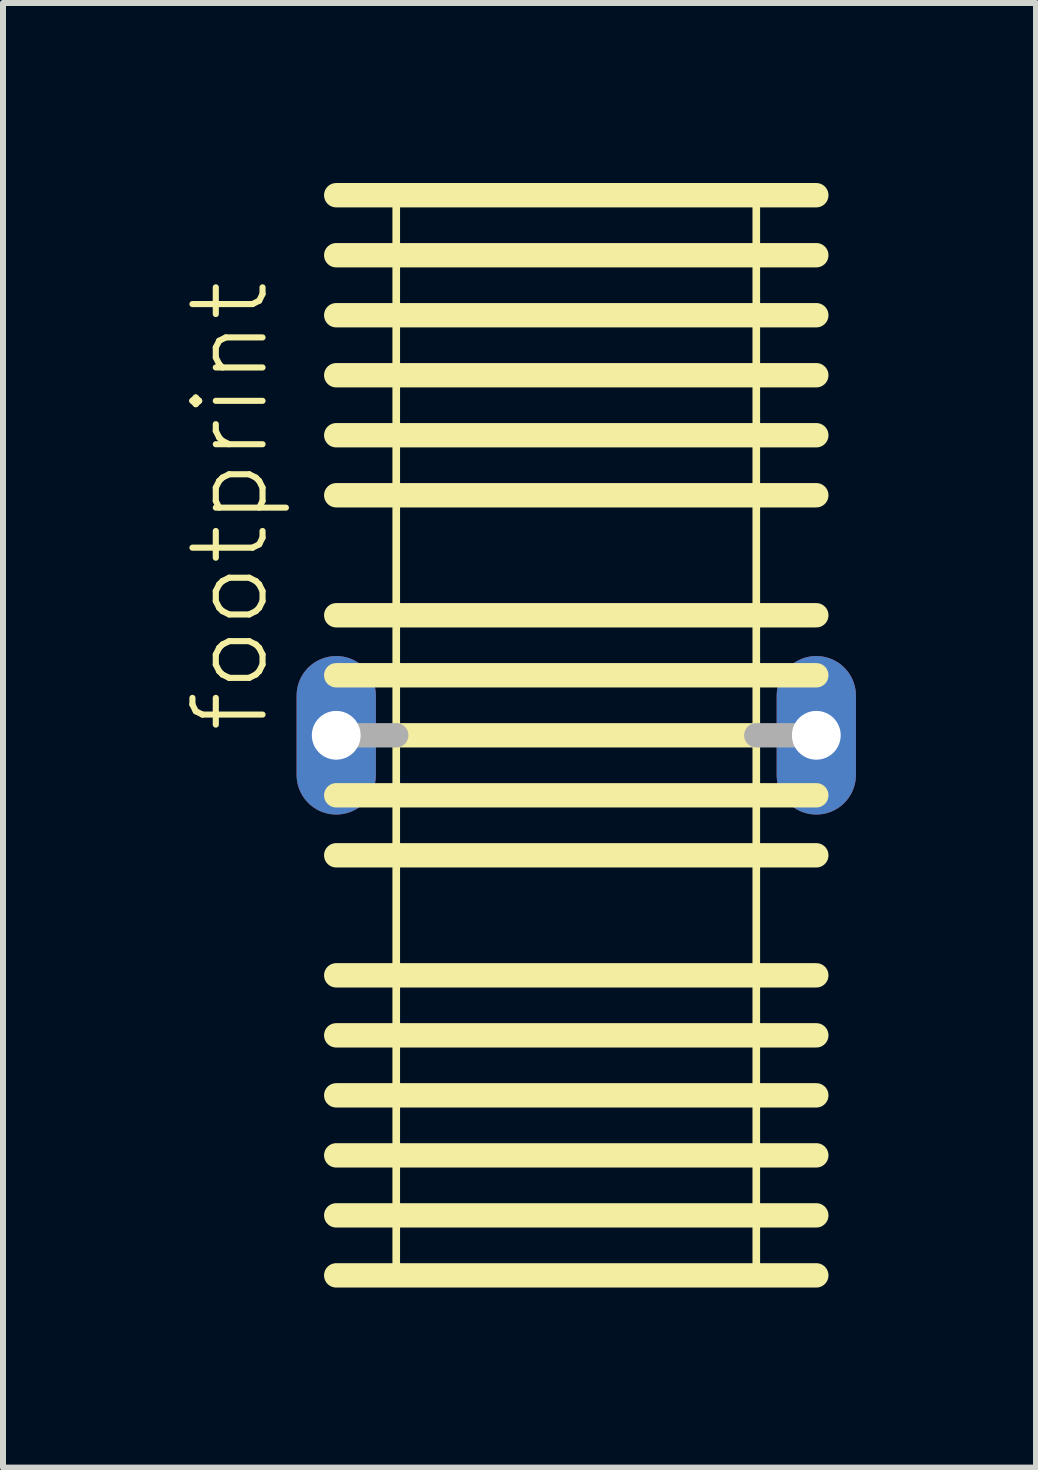
<source format=kicad_pcb>
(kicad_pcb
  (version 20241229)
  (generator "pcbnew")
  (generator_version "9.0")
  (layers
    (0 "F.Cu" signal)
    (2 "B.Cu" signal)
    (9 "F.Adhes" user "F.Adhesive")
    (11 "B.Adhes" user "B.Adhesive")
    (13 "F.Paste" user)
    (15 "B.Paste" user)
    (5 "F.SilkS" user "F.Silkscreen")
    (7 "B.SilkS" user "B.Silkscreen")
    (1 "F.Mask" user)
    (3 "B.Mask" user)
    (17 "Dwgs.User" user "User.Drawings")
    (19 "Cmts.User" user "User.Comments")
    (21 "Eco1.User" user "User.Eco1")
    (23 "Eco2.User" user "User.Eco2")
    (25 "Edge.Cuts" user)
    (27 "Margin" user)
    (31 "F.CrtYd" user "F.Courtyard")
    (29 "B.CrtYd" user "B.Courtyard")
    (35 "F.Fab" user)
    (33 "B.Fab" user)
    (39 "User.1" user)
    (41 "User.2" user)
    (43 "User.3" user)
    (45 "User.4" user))
  (footprint "footprint"
    (layer "F.Cu")
    (at 6.553 9.203)
    (property "Reference" "footprint" (at -5.08 0 90) (layer "F.SilkS") (effects (font (size 1.168 1.168) (thickness 0.102)) (justify left bottom)))
    (fp_line (start -4 -9) (end 4 -9) (stroke (width 0.406) (type solid)) (layer "F.SilkS"))
    (fp_line (start -4 -8) (end 4 -8) (stroke (width 0.406) (type solid)) (layer "F.SilkS"))
    (fp_line (start -4 -7) (end 4 -7) (stroke (width 0.406) (type solid)) (layer "F.SilkS"))
    (fp_line (start -4 -6) (end 4 -6) (stroke (width 0.406) (type solid)) (layer "F.SilkS"))
    (fp_line (start -4 -5) (end 4 -5) (stroke (width 0.406) (type solid)) (layer "F.SilkS"))
    (fp_line (start -4 -4) (end 4 -4) (stroke (width 0.406) (type solid)) (layer "F.SilkS"))
    (fp_line (start -4 -2) (end 4 -2) (stroke (width 0.406) (type solid)) (layer "F.SilkS"))
    (fp_line (start -4 -1) (end 4 -1) (stroke (width 0.406) (type solid)) (layer "F.SilkS"))
    (fp_line (start -4 1) (end 4 1) (stroke (width 0.406) (type solid)) (layer "F.SilkS"))
    (fp_line (start -4 2) (end 4 2) (stroke (width 0.406) (type solid)) (layer "F.SilkS"))
    (fp_line (start -4 4) (end 4 4) (stroke (width 0.406) (type solid)) (layer "F.SilkS"))
    (fp_line (start -4 5) (end 4 5) (stroke (width 0.406) (type solid)) (layer "F.SilkS"))
    (fp_line (start -4 6) (end 4 6) (stroke (width 0.406) (type solid)) (layer "F.SilkS"))
    (fp_line (start -4 7) (end 4 7) (stroke (width 0.406) (type solid)) (layer "F.SilkS"))
    (fp_line (start -4 8) (end 4 8) (stroke (width 0.406) (type solid)) (layer "F.SilkS"))
    (fp_line (start -4 9) (end 4 9) (stroke (width 0.406) (type solid)) (layer "F.SilkS"))
    (fp_line (start -3 -9) (end 3 -9) (stroke (width 0.127) (type solid)) (layer "F.SilkS"))
    (fp_line (start -3 0) (end -3 -9) (stroke (width 0.127) (type solid)) (layer "F.SilkS"))
    (fp_line (start -3 0) (end 3 0) (stroke (width 0.406) (type solid)) (layer "F.SilkS"))
    (fp_line (start -3 9) (end -3 0) (stroke (width 0.127) (type solid)) (layer "F.SilkS"))
    (fp_line (start 3 -9) (end 3 0) (stroke (width 0.127) (type solid)) (layer "F.SilkS"))
    (fp_line (start 3 0) (end 3 9) (stroke (width 0.127) (type solid)) (layer "F.SilkS"))
    (fp_line (start 3 9) (end -3 9) (stroke (width 0.127) (type solid)) (layer "F.SilkS"))
    (fp_line (start -4 0) (end -3 0) (stroke (width 0.406) (type solid)) (layer "F.Fab"))
    (fp_line (start 3 0) (end 4 0) (stroke (width 0.406) (type solid)) (layer "F.Fab"))
    (pad "1" thru_hole oval (at -4 0 90) (size 2.642 1.321) (drill 0.813) (layers "*.Cu" "*.Mask"))
    (pad "2" thru_hole oval (at 4 0 90) (size 2.642 1.321) (drill 0.813) (layers "*.Cu" "*.Mask")))
  (gr_rect
    (start -3 -3)
    (end 14.214 21.406)
    (stroke (width 0.1) (type default))
    (fill no)
    (layer "Edge.Cuts")))
</source>
